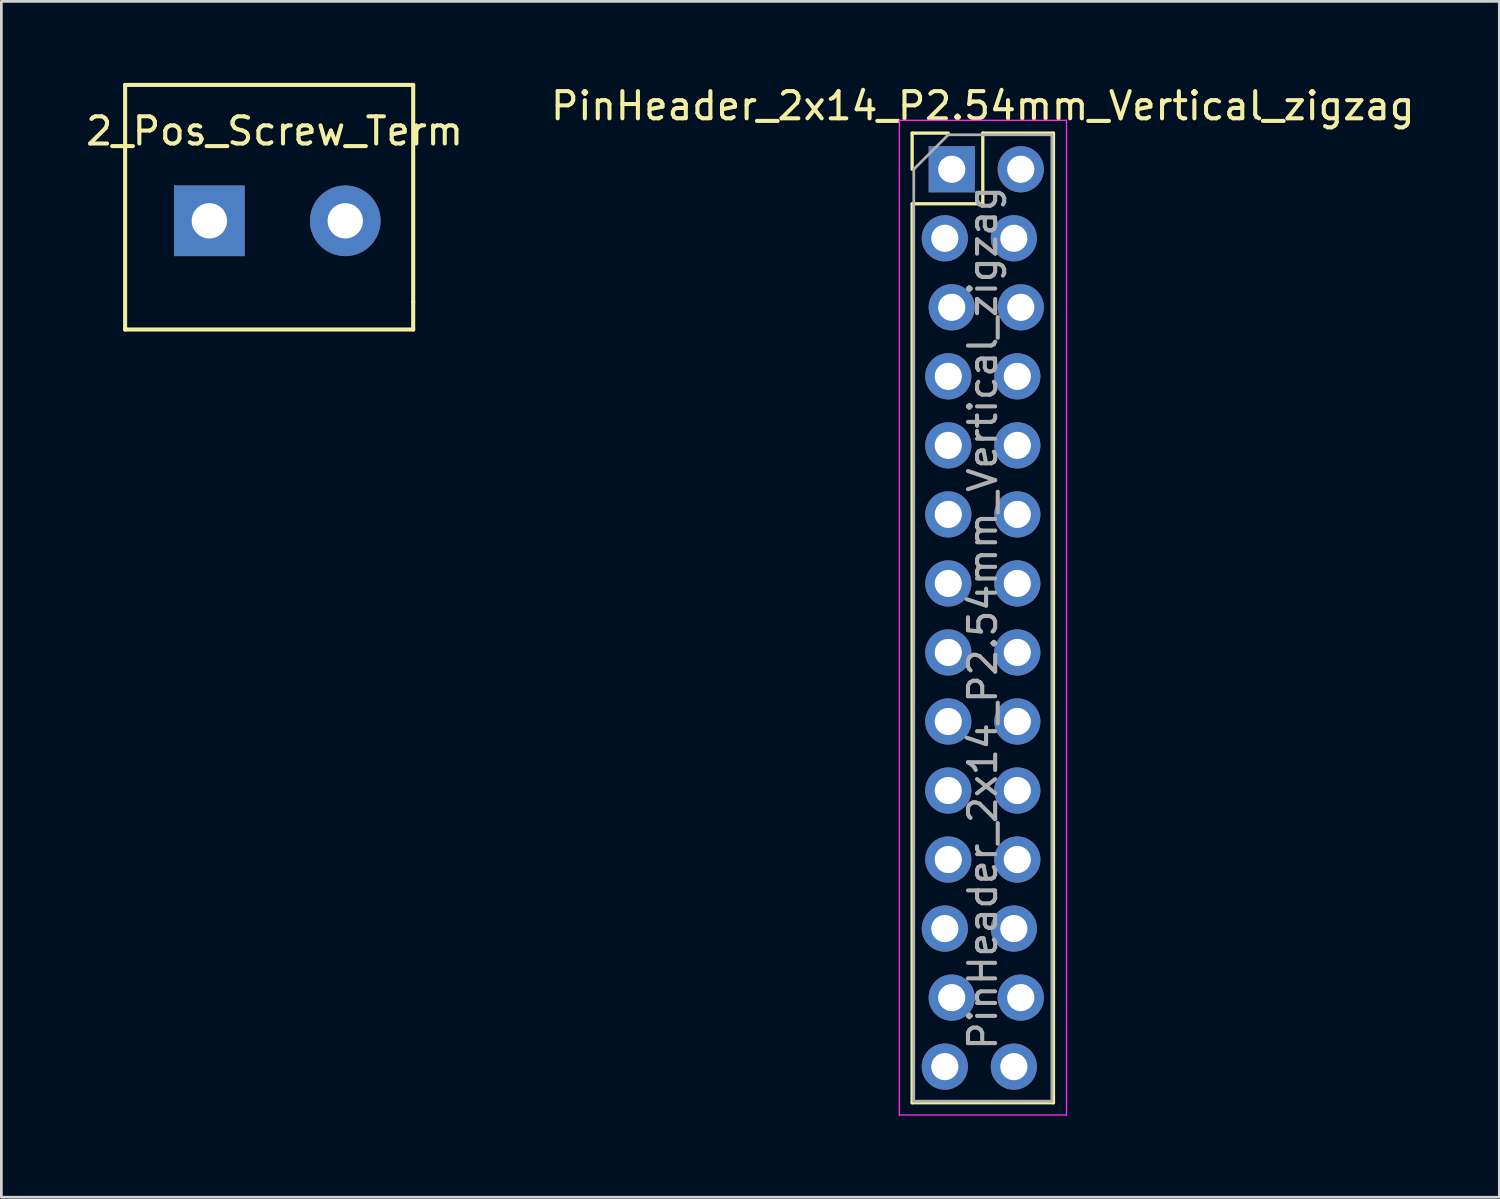
<source format=kicad_pcb>
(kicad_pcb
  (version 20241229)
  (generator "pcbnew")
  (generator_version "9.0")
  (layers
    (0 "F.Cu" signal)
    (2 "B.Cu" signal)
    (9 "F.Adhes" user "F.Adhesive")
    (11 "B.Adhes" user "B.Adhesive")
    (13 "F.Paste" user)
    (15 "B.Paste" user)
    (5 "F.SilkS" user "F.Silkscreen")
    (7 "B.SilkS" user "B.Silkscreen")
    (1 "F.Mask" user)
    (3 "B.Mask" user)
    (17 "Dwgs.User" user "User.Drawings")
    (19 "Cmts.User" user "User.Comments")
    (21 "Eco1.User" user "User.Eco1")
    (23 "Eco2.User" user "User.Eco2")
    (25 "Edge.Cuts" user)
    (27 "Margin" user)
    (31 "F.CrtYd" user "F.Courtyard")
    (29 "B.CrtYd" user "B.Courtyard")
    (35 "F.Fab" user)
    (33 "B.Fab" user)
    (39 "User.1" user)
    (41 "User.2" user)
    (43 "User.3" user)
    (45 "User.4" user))
  (footprint "PinHeader_2x14_P2.54mm_Vertical_zigzag"
    (layer "F.Cu")
    (at 31.843 3.178)
    (property "Reference" "PinHeader_2x14_P2.54mm_Vertical_zigzag" (at 1.27 -2.33 0) (layer "F.SilkS") (effects (font (size 1 1) (thickness 0.15))))
    (attr through_hole)
    (fp_line (start -1.33 -1.33) (end 0 -1.33) (stroke (width 0.12) (type solid)) (layer "F.SilkS"))
    (fp_line (start -1.33 0) (end -1.33 -1.33) (stroke (width 0.12) (type solid)) (layer "F.SilkS"))
    (fp_line (start -1.33 1.27) (end -1.33 34.35) (stroke (width 0.12) (type solid)) (layer "F.SilkS"))
    (fp_line (start -1.33 1.27) (end 1.27 1.27) (stroke (width 0.12) (type solid)) (layer "F.SilkS"))
    (fp_line (start -1.33 34.35) (end 3.87 34.35) (stroke (width 0.12) (type solid)) (layer "F.SilkS"))
    (fp_line (start 1.27 -1.33) (end 3.87 -1.33) (stroke (width 0.12) (type solid)) (layer "F.SilkS"))
    (fp_line (start 1.27 1.27) (end 1.27 -1.33) (stroke (width 0.12) (type solid)) (layer "F.SilkS"))
    (fp_line (start 3.87 -1.33) (end 3.87 34.35) (stroke (width 0.12) (type solid)) (layer "F.SilkS"))
    (fp_line (start -1.8 -1.8) (end -1.8 34.8) (stroke (width 0.05) (type solid)) (layer "F.CrtYd"))
    (fp_line (start -1.8 34.8) (end 4.35 34.8) (stroke (width 0.05) (type solid)) (layer "F.CrtYd"))
    (fp_line (start 4.35 -1.8) (end -1.8 -1.8) (stroke (width 0.05) (type solid)) (layer "F.CrtYd"))
    (fp_line (start 4.35 34.8) (end 4.35 -1.8) (stroke (width 0.05) (type solid)) (layer "F.CrtYd"))
    (fp_line (start -1.27 0) (end 0 -1.27) (stroke (width 0.1) (type solid)) (layer "F.Fab"))
    (fp_line (start -1.27 34.29) (end -1.27 0) (stroke (width 0.1) (type solid)) (layer "F.Fab"))
    (fp_line (start 0 -1.27) (end 3.81 -1.27) (stroke (width 0.1) (type solid)) (layer "F.Fab"))
    (fp_line (start 3.81 -1.27) (end 3.81 34.29) (stroke (width 0.1) (type solid)) (layer "F.Fab"))
    (fp_line (start 3.81 34.29) (end -1.27 34.29) (stroke (width 0.1) (type solid)) (layer "F.Fab"))
    (fp_text user "${REFERENCE}" (at 1.27 16.51 90) (layer "F.Fab") (effects (font (size 1 1) (thickness 0.15))))
    (pad "1" thru_hole rect (at 0.127 0) (size 1.7 1.7) (drill 1) (layers "*.Cu" "*.Mask"))
    (pad "2" thru_hole oval (at 2.667 0) (size 1.7 1.7) (drill 1) (layers "*.Cu" "*.Mask"))
    (pad "3" thru_hole oval (at -0.127 2.54) (size 1.7 1.7) (drill 1) (layers "*.Cu" "*.Mask"))
    (pad "4" thru_hole oval (at 2.413 2.54) (size 1.7 1.7) (drill 1) (layers "*.Cu" "*.Mask"))
    (pad "5" thru_hole oval (at 0.127 5.08) (size 1.7 1.7) (drill 1) (layers "*.Cu" "*.Mask"))
    (pad "6" thru_hole oval (at 2.667 5.08) (size 1.7 1.7) (drill 1) (layers "*.Cu" "*.Mask"))
    (pad "7" thru_hole oval (at 0 7.62) (size 1.7 1.7) (drill 1) (layers "*.Cu" "*.Mask"))
    (pad "8" thru_hole oval (at 2.54 7.62) (size 1.7 1.7) (drill 1) (layers "*.Cu" "*.Mask"))
    (pad "9" thru_hole oval (at 0 10.16) (size 1.7 1.7) (drill 1) (layers "*.Cu" "*.Mask"))
    (pad "10" thru_hole oval (at 2.54 10.16) (size 1.7 1.7) (drill 1) (layers "*.Cu" "*.Mask"))
    (pad "11" thru_hole oval (at 0 12.7) (size 1.7 1.7) (drill 1) (layers "*.Cu" "*.Mask"))
    (pad "12" thru_hole oval (at 2.54 12.7) (size 1.7 1.7) (drill 1) (layers "*.Cu" "*.Mask"))
    (pad "13" thru_hole oval (at 0 15.24) (size 1.7 1.7) (drill 1) (layers "*.Cu" "*.Mask"))
    (pad "14" thru_hole oval (at 2.54 15.24) (size 1.7 1.7) (drill 1) (layers "*.Cu" "*.Mask"))
    (pad "15" thru_hole oval (at 0 17.78) (size 1.7 1.7) (drill 1) (layers "*.Cu" "*.Mask"))
    (pad "16" thru_hole oval (at 2.54 17.78) (size 1.7 1.7) (drill 1) (layers "*.Cu" "*.Mask"))
    (pad "17" thru_hole oval (at 0 20.32) (size 1.7 1.7) (drill 1) (layers "*.Cu" "*.Mask"))
    (pad "18" thru_hole oval (at 2.54 20.32) (size 1.7 1.7) (drill 1) (layers "*.Cu" "*.Mask"))
    (pad "19" thru_hole oval (at 0 22.86) (size 1.7 1.7) (drill 1) (layers "*.Cu" "*.Mask"))
    (pad "20" thru_hole oval (at 2.54 22.86) (size 1.7 1.7) (drill 1) (layers "*.Cu" "*.Mask"))
    (pad "21" thru_hole oval (at 0 25.4) (size 1.7 1.7) (drill 1) (layers "*.Cu" "*.Mask"))
    (pad "22" thru_hole oval (at 2.54 25.4) (size 1.7 1.7) (drill 1) (layers "*.Cu" "*.Mask"))
    (pad "23" thru_hole oval (at -0.127 27.94) (size 1.7 1.7) (drill 1) (layers "*.Cu" "*.Mask"))
    (pad "24" thru_hole oval (at 2.413 27.94) (size 1.7 1.7) (drill 1) (layers "*.Cu" "*.Mask"))
    (pad "25" thru_hole oval (at 0.127 30.48) (size 1.7 1.7) (drill 1) (layers "*.Cu" "*.Mask"))
    (pad "26" thru_hole oval (at 2.667 30.48) (size 1.7 1.7) (drill 1) (layers "*.Cu" "*.Mask"))
    (pad "27" thru_hole oval (at -0.127 33.02) (size 1.7 1.7) (drill 1) (layers "*.Cu" "*.Mask"))
    (pad "28" thru_hole oval (at 2.413 33.02) (size 1.7 1.7) (drill 1) (layers "*.Cu" "*.Mask")))
  (footprint "2_Pos_Screw_Term"
    (layer "F.Cu")
    (at 4.654 5.075)
    (property "Reference" "2_Pos_Screw_Term" (at 2.4 -3.3 0) (layer "F.SilkS") (effects (font (size 1 1) (thickness 0.15))))
    (attr through_hole)
    (fp_line (start -3.1 -5) (end -3.1 4) (stroke (width 0.15) (type solid)) (layer "F.SilkS"))
    (fp_line (start -3.1 -5) (end 7.5 -5) (stroke (width 0.15) (type solid)) (layer "F.SilkS"))
    (fp_line (start 7.5 -5) (end 7.5 3) (stroke (width 0.15) (type solid)) (layer "F.SilkS"))
    (fp_line (start 7.5 3) (end 7.5 4) (stroke (width 0.15) (type solid)) (layer "F.SilkS"))
    (fp_line (start 7.5 4) (end -3.1 4) (stroke (width 0.15) (type solid)) (layer "F.SilkS"))
    (pad "1" thru_hole rect (at 0 0) (size 2.6 2.6) (drill 1.3) (layers "*.Cu" "*.Mask"))
    (pad "2" thru_hole circle (at 5 0) (size 2.6 2.6) (drill 1.3) (layers "*.Cu" "*.Mask")))
  (gr_rect
    (start -3 -3)
    (end 52.119 41.003)
    (stroke (width 0.1) (type default))
    (fill no)
    (layer "Edge.Cuts")))
</source>
